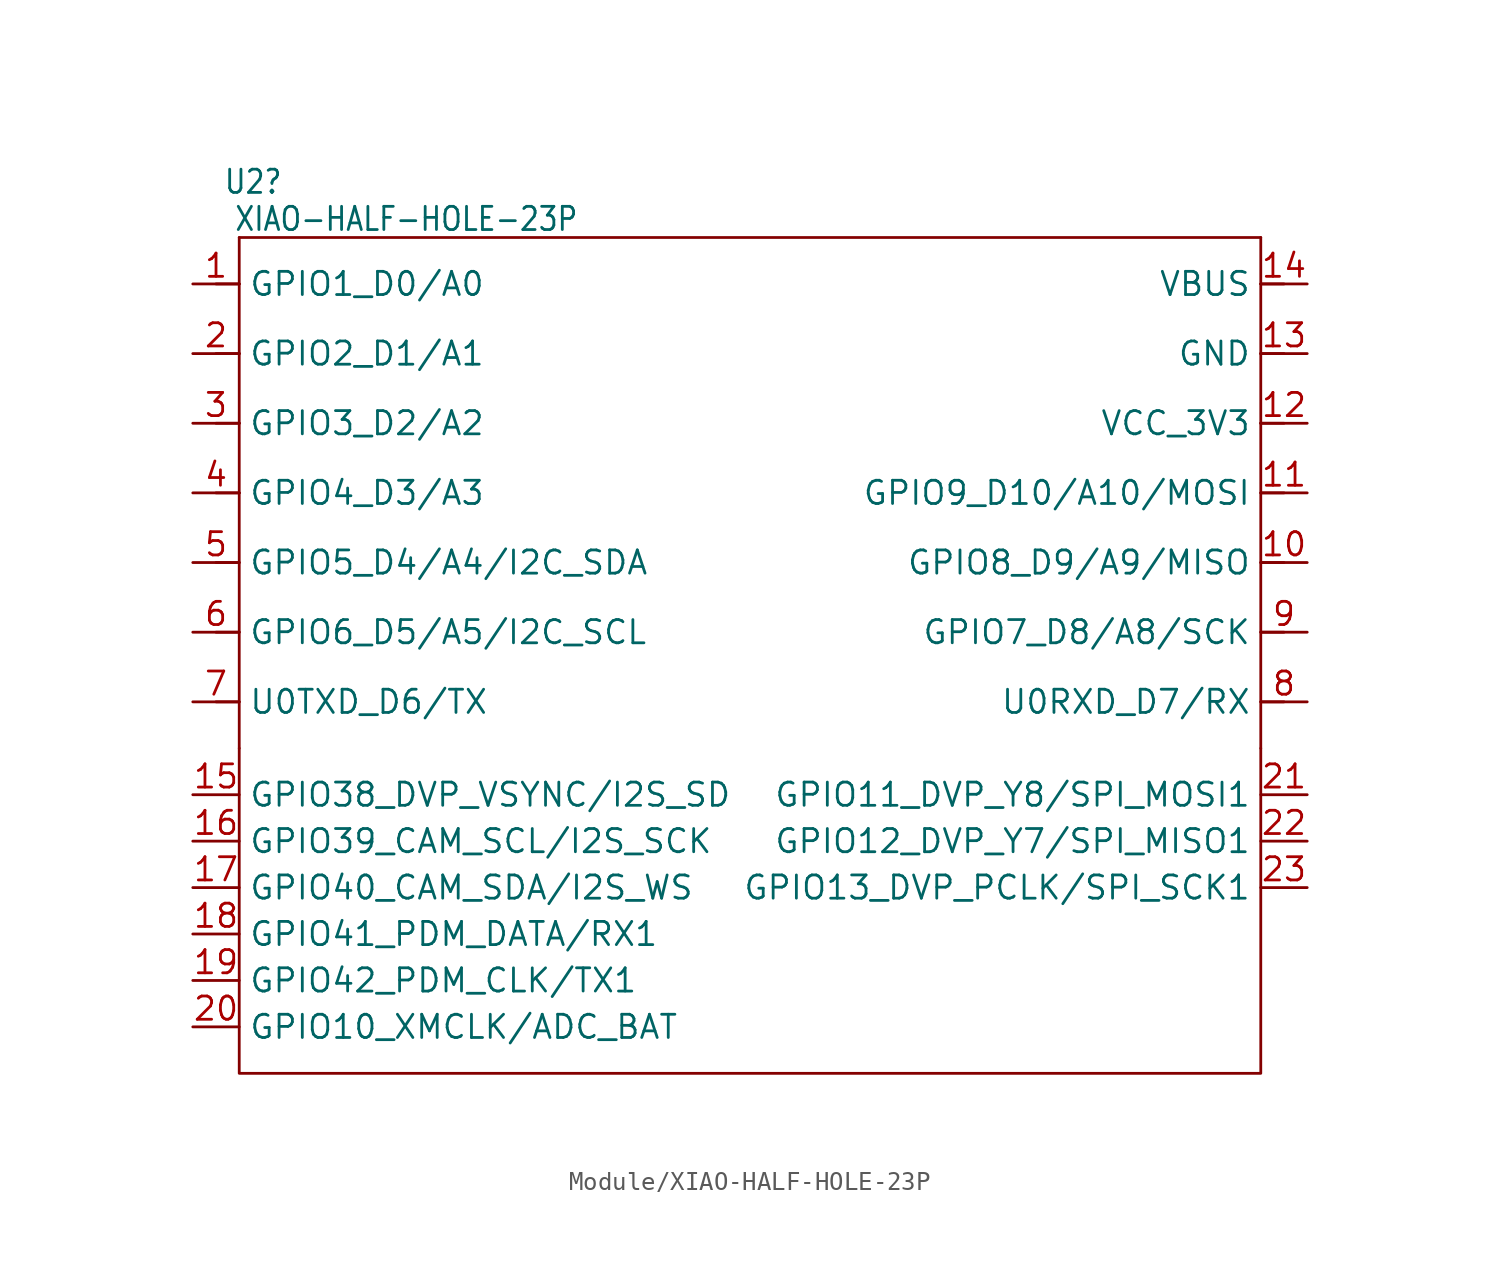
<source format=kicad_sym>
(kicad_symbol_lib
  (version 20231120)
  (generator "kicad_symbol_editor")
  (generator_version "8.0")
  (symbol "Module/XIAO-HALF-HOLE-23P"
    (property "Reference" "U2"
      (at -20.828 17.018 0)
      (effects (font (size 1.27 1.079))))
    (property "Value" "XIAO-HALF-HOLE-23P"
      (at -12.446 14.986 0)
      (effects (font (size 1.27 1.079))))
    (property "Rating" ""
      (at 0 0 0)
      (effects (font (size 1 1))))
    (symbol "Module/XIAO-HALF-HOLE-23P_0_1"
      (polyline (pts (xy -21.59 -13.97) (xy -21.59 -31.75) (xy 34.29 -31.75) (xy 34.29 -13.97)) (stroke (width 0) (type default)) (fill (type none))))
    (symbol "Module/XIAO-HALF-HOLE-23P_1_0"
      (polyline (pts (xy -21.59 -13.97) (xy -21.59 0)) (stroke (width 0.152) (type solid)) (fill (type none)))
      (polyline (pts (xy -21.59 -11.43) (xy -22.86 -11.43)) (stroke (width 0.152) (type solid)) (fill (type none)))
      (polyline (pts (xy -21.59 -7.62) (xy -22.86 -7.62)) (stroke (width 0.152) (type solid)) (fill (type none)))
      (polyline (pts (xy -21.59 -3.81) (xy -22.86 -3.81)) (stroke (width 0.152) (type solid)) (fill (type none)))
      (polyline (pts (xy -21.59 0) (xy -22.86 0)) (stroke (width 0.152) (type solid)) (fill (type none)))
      (polyline (pts (xy -21.59 0) (xy -21.59 3.81)) (stroke (width 0.152) (type solid)) (fill (type none)))
      (polyline (pts (xy -21.59 3.81) (xy -22.86 3.81)) (stroke (width 0.152) (type solid)) (fill (type none)))
      (polyline (pts (xy -21.59 3.81) (xy -21.59 7.62)) (stroke (width 0.152) (type solid)) (fill (type none)))
      (polyline (pts (xy -21.59 7.62) (xy -22.86 7.62)) (stroke (width 0.152) (type solid)) (fill (type none)))
      (polyline (pts (xy -21.59 7.62) (xy -21.59 11.43)) (stroke (width 0.152) (type solid)) (fill (type none)))
      (polyline (pts (xy -21.59 11.43) (xy -22.86 11.43)) (stroke (width 0.152) (type solid)) (fill (type none)))
      (polyline (pts (xy -21.59 11.43) (xy -21.59 13.97)) (stroke (width 0.152) (type solid)) (fill (type none)))
      (polyline (pts (xy -21.59 13.97) (xy 34.29 13.97)) (stroke (width 0.152) (type solid)) (fill (type none)))
      (polyline (pts (xy 34.29 3.81) (xy 34.29 -13.97)) (stroke (width 0.152) (type solid)) (fill (type none)))
      (polyline (pts (xy 34.29 7.62) (xy 34.29 3.81)) (stroke (width 0.152) (type solid)) (fill (type none)))
      (polyline (pts (xy 34.29 11.43) (xy 34.29 7.62)) (stroke (width 0.152) (type solid)) (fill (type none)))
      (polyline (pts (xy 34.29 13.97) (xy 34.29 11.43)) (stroke (width 0.152) (type solid)) (fill (type none)))
      (polyline (pts (xy 35.56 -11.43) (xy 34.29 -11.43)) (stroke (width 0.152) (type solid)) (fill (type none)))
      (polyline (pts (xy 35.56 -7.62) (xy 34.29 -7.62)) (stroke (width 0.152) (type solid)) (fill (type none)))
      (polyline (pts (xy 35.56 -3.81) (xy 34.29 -3.81)) (stroke (width 0.152) (type solid)) (fill (type none)))
      (polyline (pts (xy 35.56 0) (xy 34.29 0)) (stroke (width 0.152) (type solid)) (fill (type none)))
      (polyline (pts (xy 35.56 3.81) (xy 34.29 3.81)) (stroke (width 0.152) (type solid)) (fill (type none)))
      (polyline (pts (xy 35.56 7.62) (xy 34.29 7.62)) (stroke (width 0.152) (type solid)) (fill (type none)))
      (polyline (pts (xy 35.56 11.43) (xy 34.29 11.43)) (stroke (width 0.152) (type solid)) (fill (type none)))
      (pin passive line (at -24.13 11.43 0) (length 2.54) (name "GPIO1_D0/A0" (effects (font (size 1.27 1.27)))) (number "1" (effects (font (size 1.27 1.27)))))
      (pin passive line (at 36.83 -3.81 180) (length 2.54) (name "GPIO8_D9/A9/MISO" (effects (font (size 1.27 1.27)))) (number "10" (effects (font (size 1.27 1.27)))))
      (pin passive line (at 36.83 0 180) (length 2.54) (name "GPIO9_D10/A10/MOSI" (effects (font (size 1.27 1.27)))) (number "11" (effects (font (size 1.27 1.27)))))
      (pin passive line (at 36.83 3.81 180) (length 2.54) (name "VCC_3V3" (effects (font (size 1.27 1.27)))) (number "12" (effects (font (size 1.27 1.27)))))
      (pin passive line (at 36.83 7.62 180) (length 2.54) (name "GND" (effects (font (size 1.27 1.27)))) (number "13" (effects (font (size 1.27 1.27)))))
      (pin passive line (at 36.83 11.43 180) (length 2.54) (name "VBUS" (effects (font (size 1.27 1.27)))) (number "14" (effects (font (size 1.27 1.27)))))
      (pin passive line (at -24.13 7.62 0) (length 2.54) (name "GPIO2_D1/A1" (effects (font (size 1.27 1.27)))) (number "2" (effects (font (size 1.27 1.27)))))
      (pin passive line (at -24.13 3.81 0) (length 2.54) (name "GPIO3_D2/A2" (effects (font (size 1.27 1.27)))) (number "3" (effects (font (size 1.27 1.27)))))
      (pin passive line (at -24.13 0 0) (length 2.54) (name "GPIO4_D3/A3" (effects (font (size 1.27 1.27)))) (number "4" (effects (font (size 1.27 1.27)))))
      (pin passive line (at -24.13 -3.81 0) (length 2.54) (name "GPIO5_D4/A4/I2C_SDA" (effects (font (size 1.27 1.27)))) (number "5" (effects (font (size 1.27 1.27)))))
      (pin passive line (at -24.13 -7.62 0) (length 2.54) (name "GPIO6_D5/A5/I2C_SCL" (effects (font (size 1.27 1.27)))) (number "6" (effects (font (size 1.27 1.27)))))
      (pin passive line (at -24.13 -11.43 0) (length 2.54) (name "U0TXD_D6/TX" (effects (font (size 1.27 1.27)))) (number "7" (effects (font (size 1.27 1.27)))))
      (pin passive line (at 36.83 -11.43 180) (length 2.54) (name "U0RXD_D7/RX" (effects (font (size 1.27 1.27)))) (number "8" (effects (font (size 1.27 1.27)))))
      (pin passive line (at 36.83 -7.62 180) (length 2.54) (name "GPIO7_D8/A8/SCK" (effects (font (size 1.27 1.27)))) (number "9" (effects (font (size 1.27 1.27))))))
    (symbol "Module/XIAO-HALF-HOLE-23P_1_1"
      (pin passive line (at -24.13 -16.51 0) (length 2.54) (name "GPIO38_DVP_VSYNC/I2S_SD" (effects (font (size 1.27 1.27)))) (number "15" (effects (font (size 1.27 1.27)))))
      (pin passive line (at -24.13 -19.05 0) (length 2.54) (name "GPIO39_CAM_SCL/I2S_SCK" (effects (font (size 1.27 1.27)))) (number "16" (effects (font (size 1.27 1.27)))))
      (pin passive line (at -24.13 -21.59 0) (length 2.54) (name "GPIO40_CAM_SDA/I2S_WS" (effects (font (size 1.27 1.27)))) (number "17" (effects (font (size 1.27 1.27)))))
      (pin passive line (at -24.13 -24.13 0) (length 2.54) (name "GPIO41_PDM_DATA/RX1" (effects (font (size 1.27 1.27)))) (number "18" (effects (font (size 1.27 1.27)))))
      (pin passive line (at -24.13 -26.67 0) (length 2.54) (name "GPIO42_PDM_CLK/TX1" (effects (font (size 1.27 1.27)))) (number "19" (effects (font (size 1.27 1.27)))))
      (pin passive line (at -24.13 -29.21 0) (length 2.54) (name "GPIO10_XMCLK/ADC_BAT" (effects (font (size 1.27 1.27)))) (number "20" (effects (font (size 1.27 1.27)))))
      (pin passive line (at 36.83 -16.51 180) (length 2.54) (name "GPIO11_DVP_Y8/SPI_MOSI1" (effects (font (size 1.27 1.27)))) (number "21" (effects (font (size 1.27 1.27)))))
      (pin passive line (at 36.83 -19.05 180) (length 2.54) (name "GPIO12_DVP_Y7/SPI_MISO1" (effects (font (size 1.27 1.27)))) (number "22" (effects (font (size 1.27 1.27)))))
      (pin passive line (at 36.83 -21.59 180) (length 2.54) (name "GPIO13_DVP_PCLK/SPI_SCK1" (effects (font (size 1.27 1.27)))) (number "23" (effects (font (size 1.27 1.27))))))))
</source>
